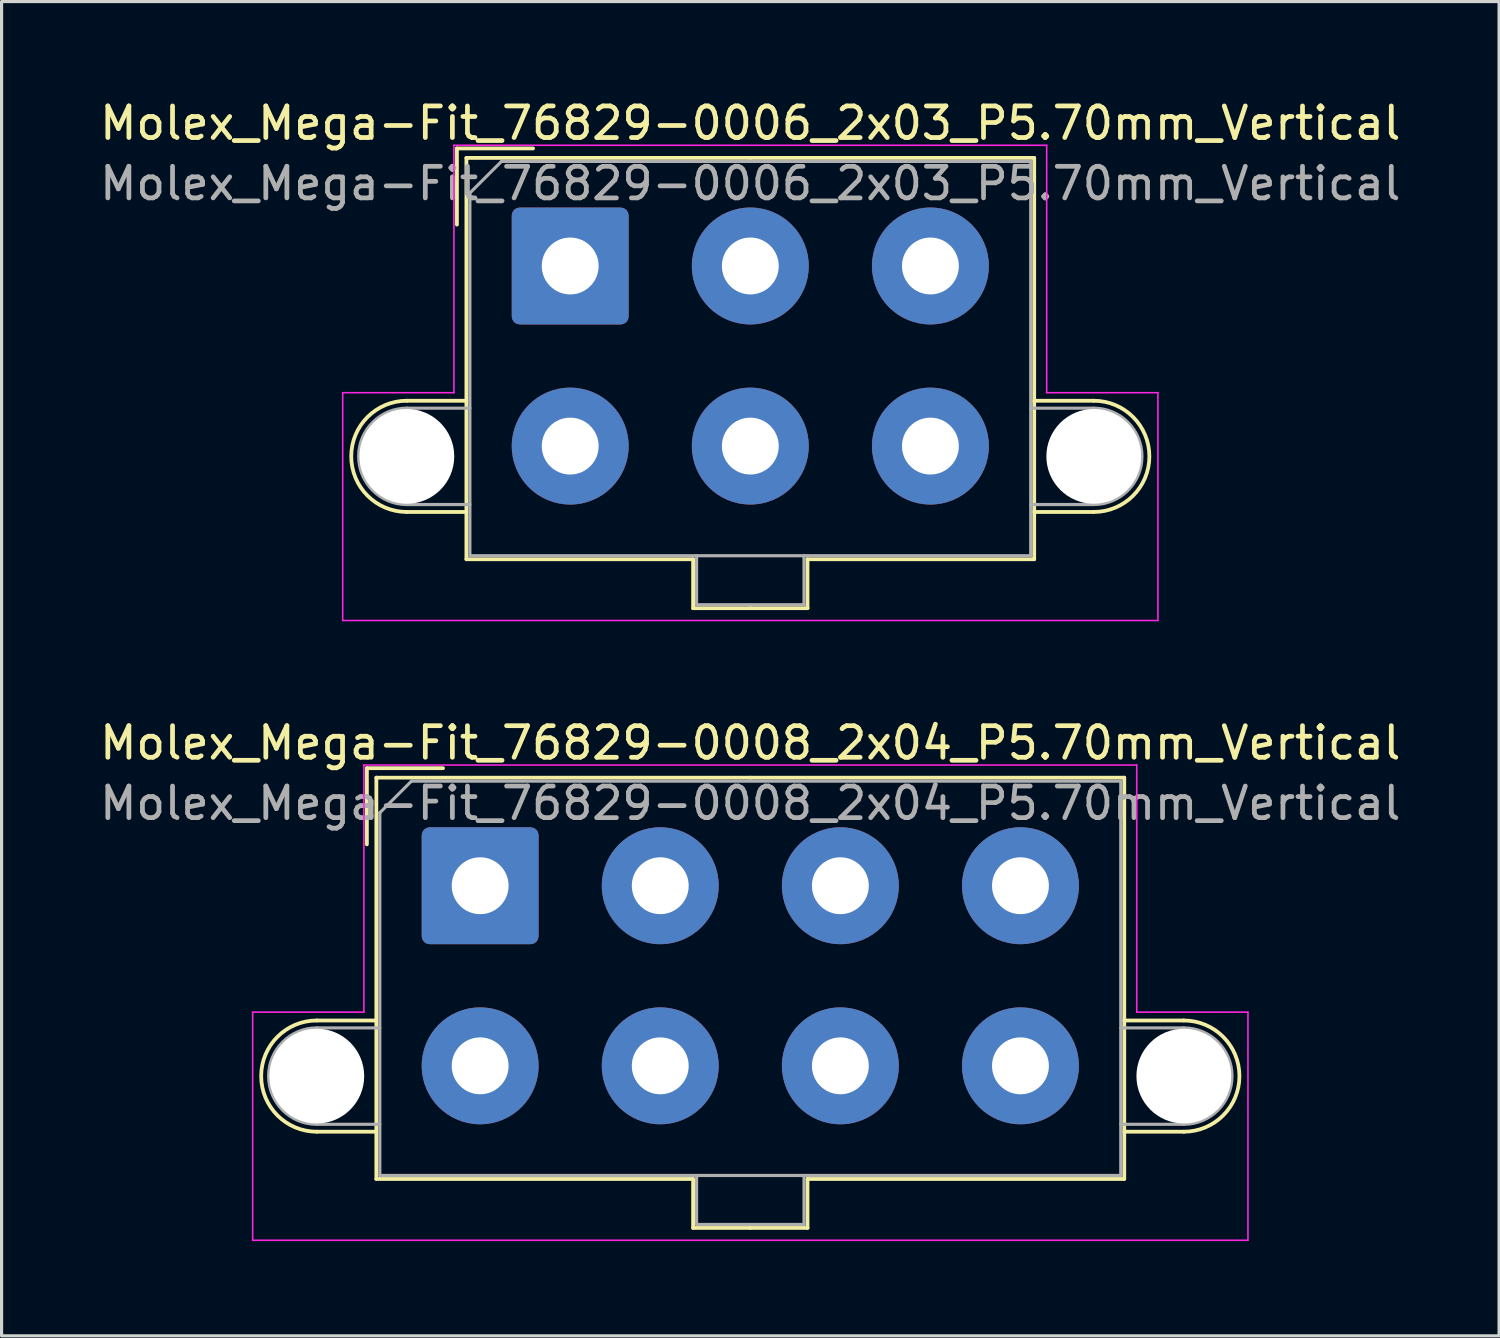
<source format=kicad_pcb>
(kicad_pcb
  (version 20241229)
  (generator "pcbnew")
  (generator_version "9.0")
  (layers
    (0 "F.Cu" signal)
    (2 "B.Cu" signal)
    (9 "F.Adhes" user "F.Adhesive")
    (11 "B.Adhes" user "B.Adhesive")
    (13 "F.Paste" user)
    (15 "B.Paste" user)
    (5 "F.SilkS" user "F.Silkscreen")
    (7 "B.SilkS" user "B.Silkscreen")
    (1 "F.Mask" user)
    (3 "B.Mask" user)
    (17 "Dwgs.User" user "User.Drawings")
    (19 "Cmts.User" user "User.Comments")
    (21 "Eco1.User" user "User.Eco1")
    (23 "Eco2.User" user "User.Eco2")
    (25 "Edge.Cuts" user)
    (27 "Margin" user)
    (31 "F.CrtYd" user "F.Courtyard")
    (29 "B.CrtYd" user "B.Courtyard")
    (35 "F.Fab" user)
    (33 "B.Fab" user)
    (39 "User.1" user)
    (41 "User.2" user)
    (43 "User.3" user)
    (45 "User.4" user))
  (footprint "Molex_Mega-Fit_76829-0006_2x03_P5.70mm_Vertical"
    (layer "F.Cu")
    (at 14.996 5.368)
    (property "Reference" "Molex_Mega-Fit_76829-0006_2x03_P5.70mm_Vertical" (at 5.7 -4.52 0) (layer "F.SilkS") (effects (font (size 1 1) (thickness 0.15))))
    (attr through_hole)
    (fp_line (start -5.17 4.265) (end -3.285 4.265) (stroke (width 0.12) (type solid)) (layer "F.SilkS"))
    (fp_line (start -5.17 7.785) (end -3.285 7.785) (stroke (width 0.12) (type solid)) (layer "F.SilkS"))
    (fp_line (start -3.585 -3.72) (end -1.175 -3.72) (stroke (width 0.12) (type solid)) (layer "F.SilkS"))
    (fp_line (start -3.585 -1.31) (end -3.585 -3.72) (stroke (width 0.12) (type solid)) (layer "F.SilkS"))
    (fp_line (start -3.285 -3.42) (end -3.285 9.28) (stroke (width 0.12) (type solid)) (layer "F.SilkS"))
    (fp_line (start -3.285 9.28) (end 3.89 9.28) (stroke (width 0.12) (type solid)) (layer "F.SilkS"))
    (fp_line (start 3.89 9.28) (end 3.89 10.83) (stroke (width 0.12) (type solid)) (layer "F.SilkS"))
    (fp_line (start 3.89 10.83) (end 5.7 10.83) (stroke (width 0.12) (type solid)) (layer "F.SilkS"))
    (fp_line (start 5.7 -3.42) (end -3.285 -3.42) (stroke (width 0.12) (type solid)) (layer "F.SilkS"))
    (fp_line (start 5.7 -3.42) (end 14.685 -3.42) (stroke (width 0.12) (type solid)) (layer "F.SilkS"))
    (fp_line (start 7.51 9.28) (end 7.51 10.83) (stroke (width 0.12) (type solid)) (layer "F.SilkS"))
    (fp_line (start 7.51 10.83) (end 5.7 10.83) (stroke (width 0.12) (type solid)) (layer "F.SilkS"))
    (fp_line (start 14.685 -3.42) (end 14.685 9.28) (stroke (width 0.12) (type solid)) (layer "F.SilkS"))
    (fp_line (start 14.685 9.28) (end 7.51 9.28) (stroke (width 0.12) (type solid)) (layer "F.SilkS"))
    (fp_line (start 16.57 4.265) (end 14.685 4.265) (stroke (width 0.12) (type solid)) (layer "F.SilkS"))
    (fp_line (start 16.57 7.785) (end 14.685 7.785) (stroke (width 0.12) (type solid)) (layer "F.SilkS"))
    (fp_arc (start -5.17 7.785) (mid -6.93 6.025) (end -5.17 4.265) (stroke (width 0.12) (type solid)) (layer "F.SilkS"))
    (fp_arc (start 16.57 4.265) (mid 18.33 6.025) (end 16.57 7.785) (stroke (width 0.12) (type solid)) (layer "F.SilkS"))
    (fp_line (start -7.2 4.01) (end -7.2 11.22) (stroke (width 0.05) (type solid)) (layer "F.CrtYd"))
    (fp_line (start -7.2 11.22) (end 18.6 11.22) (stroke (width 0.05) (type solid)) (layer "F.CrtYd"))
    (fp_line (start -3.68 -3.82) (end -3.68 4.01) (stroke (width 0.05) (type solid)) (layer "F.CrtYd"))
    (fp_line (start -3.68 4.01) (end -7.2 4.01) (stroke (width 0.05) (type solid)) (layer "F.CrtYd"))
    (fp_line (start 15.08 -3.82) (end -3.68 -3.82) (stroke (width 0.05) (type solid)) (layer "F.CrtYd"))
    (fp_line (start 15.08 4.01) (end 15.08 -3.82) (stroke (width 0.05) (type solid)) (layer "F.CrtYd"))
    (fp_line (start 18.6 4.01) (end 15.08 4.01) (stroke (width 0.05) (type solid)) (layer "F.CrtYd"))
    (fp_line (start 18.6 11.22) (end 18.6 4.01) (stroke (width 0.05) (type solid)) (layer "F.CrtYd"))
    (fp_line (start -5.17 4.5) (end -3.175 4.5) (stroke (width 0.1) (type solid)) (layer "F.Fab"))
    (fp_line (start -5.17 7.55) (end -3.175 7.55) (stroke (width 0.1) (type solid)) (layer "F.Fab"))
    (fp_line (start -3.175 -2.31) (end -3.175 9.17) (stroke (width 0.1) (type solid)) (layer "F.Fab"))
    (fp_line (start -3.175 9.17) (end 14.575 9.17) (stroke (width 0.1) (type solid)) (layer "F.Fab"))
    (fp_line (start -2.175 -3.31) (end -3.175 -2.31) (stroke (width 0.1) (type solid)) (layer "F.Fab"))
    (fp_line (start 4 9.17) (end 4 10.72) (stroke (width 0.1) (type solid)) (layer "F.Fab"))
    (fp_line (start 4 10.72) (end 7.4 10.72) (stroke (width 0.1) (type solid)) (layer "F.Fab"))
    (fp_line (start 7.4 10.72) (end 7.4 9.17) (stroke (width 0.1) (type solid)) (layer "F.Fab"))
    (fp_line (start 14.575 -3.31) (end -2.175 -3.31) (stroke (width 0.1) (type solid)) (layer "F.Fab"))
    (fp_line (start 14.575 9.17) (end 14.575 -3.31) (stroke (width 0.1) (type solid)) (layer "F.Fab"))
    (fp_line (start 16.57 4.5) (end 14.575 4.5) (stroke (width 0.1) (type solid)) (layer "F.Fab"))
    (fp_line (start 16.57 7.55) (end 14.575 7.55) (stroke (width 0.1) (type solid)) (layer "F.Fab"))
    (fp_arc (start -5.17 7.55) (mid -6.695 6.025) (end -5.17 4.5) (stroke (width 0.1) (type solid)) (layer "F.Fab"))
    (fp_arc (start 16.57 4.5) (mid 18.095 6.025) (end 16.57 7.55) (stroke (width 0.1) (type solid)) (layer "F.Fab"))
    (fp_text user "${REFERENCE}" (at 5.7 -2.61 0) (layer "F.Fab") (effects (font (size 1 1) (thickness 0.15))))
    (pad "" np_thru_hole circle (at -5.17 6.025) (size 3 3) (drill 3) (layers "*.Cu" "*.Mask"))
    (pad "" np_thru_hole circle (at 16.57 6.025) (size 3 3) (drill 3) (layers "*.Cu" "*.Mask"))
    (pad "1" thru_hole roundrect (at 0 0) (size 3.7 3.7) (drill 1.8) (layers "*.Cu" "*.Mask") (roundrect_rratio 0.068))
    (pad "2" thru_hole circle (at 5.7 0) (size 3.7 3.7) (drill 1.8) (layers "*.Cu" "*.Mask"))
    (pad "3" thru_hole circle (at 11.4 0) (size 3.7 3.7) (drill 1.8) (layers "*.Cu" "*.Mask"))
    (pad "4" thru_hole circle (at 0 5.7) (size 3.7 3.7) (drill 1.8) (layers "*.Cu" "*.Mask"))
    (pad "5" thru_hole circle (at 5.7 5.7) (size 3.7 3.7) (drill 1.8) (layers "*.Cu" "*.Mask"))
    (pad "6" thru_hole circle (at 11.4 5.7) (size 3.7 3.7) (drill 1.8) (layers "*.Cu" "*.Mask")))
  (footprint "Molex_Mega-Fit_76829-0008_2x04_P5.70mm_Vertical"
    (layer "F.Cu")
    (at 12.146 24.982)
    (property "Reference" "Molex_Mega-Fit_76829-0008_2x04_P5.70mm_Vertical" (at 8.55 -4.52 0) (layer "F.SilkS") (effects (font (size 1 1) (thickness 0.15))))
    (attr through_hole)
    (fp_line (start -5.17 4.265) (end -3.285 4.265) (stroke (width 0.12) (type solid)) (layer "F.SilkS"))
    (fp_line (start -5.17 7.785) (end -3.285 7.785) (stroke (width 0.12) (type solid)) (layer "F.SilkS"))
    (fp_line (start -3.585 -3.72) (end -1.175 -3.72) (stroke (width 0.12) (type solid)) (layer "F.SilkS"))
    (fp_line (start -3.585 -1.31) (end -3.585 -3.72) (stroke (width 0.12) (type solid)) (layer "F.SilkS"))
    (fp_line (start -3.285 -3.42) (end -3.285 9.28) (stroke (width 0.12) (type solid)) (layer "F.SilkS"))
    (fp_line (start -3.285 9.28) (end 6.74 9.28) (stroke (width 0.12) (type solid)) (layer "F.SilkS"))
    (fp_line (start 6.74 9.28) (end 6.74 10.83) (stroke (width 0.12) (type solid)) (layer "F.SilkS"))
    (fp_line (start 6.74 10.83) (end 8.55 10.83) (stroke (width 0.12) (type solid)) (layer "F.SilkS"))
    (fp_line (start 8.55 -3.42) (end -3.285 -3.42) (stroke (width 0.12) (type solid)) (layer "F.SilkS"))
    (fp_line (start 8.55 -3.42) (end 20.385 -3.42) (stroke (width 0.12) (type solid)) (layer "F.SilkS"))
    (fp_line (start 10.36 9.28) (end 10.36 10.83) (stroke (width 0.12) (type solid)) (layer "F.SilkS"))
    (fp_line (start 10.36 10.83) (end 8.55 10.83) (stroke (width 0.12) (type solid)) (layer "F.SilkS"))
    (fp_line (start 20.385 -3.42) (end 20.385 9.28) (stroke (width 0.12) (type solid)) (layer "F.SilkS"))
    (fp_line (start 20.385 9.28) (end 10.36 9.28) (stroke (width 0.12) (type solid)) (layer "F.SilkS"))
    (fp_line (start 22.27 4.265) (end 20.385 4.265) (stroke (width 0.12) (type solid)) (layer "F.SilkS"))
    (fp_line (start 22.27 7.785) (end 20.385 7.785) (stroke (width 0.12) (type solid)) (layer "F.SilkS"))
    (fp_arc (start -5.17 7.785) (mid -6.93 6.025) (end -5.17 4.265) (stroke (width 0.12) (type solid)) (layer "F.SilkS"))
    (fp_arc (start 22.27 4.265) (mid 24.03 6.025) (end 22.27 7.785) (stroke (width 0.12) (type solid)) (layer "F.SilkS"))
    (fp_line (start -7.2 4) (end -7.2 11.22) (stroke (width 0.05) (type solid)) (layer "F.CrtYd"))
    (fp_line (start -7.2 11.22) (end 24.3 11.22) (stroke (width 0.05) (type solid)) (layer "F.CrtYd"))
    (fp_line (start -3.68 -3.82) (end -3.68 4) (stroke (width 0.05) (type solid)) (layer "F.CrtYd"))
    (fp_line (start -3.68 4) (end -7.2 4) (stroke (width 0.05) (type solid)) (layer "F.CrtYd"))
    (fp_line (start 20.78 -3.82) (end -3.68 -3.82) (stroke (width 0.05) (type solid)) (layer "F.CrtYd"))
    (fp_line (start 20.78 4) (end 20.78 -3.82) (stroke (width 0.05) (type solid)) (layer "F.CrtYd"))
    (fp_line (start 24.3 4) (end 20.78 4) (stroke (width 0.05) (type solid)) (layer "F.CrtYd"))
    (fp_line (start 24.3 11.22) (end 24.3 4) (stroke (width 0.05) (type solid)) (layer "F.CrtYd"))
    (fp_line (start -5.17 4.5) (end -3.175 4.5) (stroke (width 0.1) (type solid)) (layer "F.Fab"))
    (fp_line (start -5.17 7.55) (end -3.175 7.55) (stroke (width 0.1) (type solid)) (layer "F.Fab"))
    (fp_line (start -3.175 -2.31) (end -3.175 9.17) (stroke (width 0.1) (type solid)) (layer "F.Fab"))
    (fp_line (start -3.175 9.17) (end 20.275 9.17) (stroke (width 0.1) (type solid)) (layer "F.Fab"))
    (fp_line (start -2.175 -3.31) (end -3.175 -2.31) (stroke (width 0.1) (type solid)) (layer "F.Fab"))
    (fp_line (start 6.85 9.17) (end 6.85 10.72) (stroke (width 0.1) (type solid)) (layer "F.Fab"))
    (fp_line (start 6.85 10.72) (end 10.25 10.72) (stroke (width 0.1) (type solid)) (layer "F.Fab"))
    (fp_line (start 10.25 10.72) (end 10.25 9.17) (stroke (width 0.1) (type solid)) (layer "F.Fab"))
    (fp_line (start 20.275 -3.31) (end -2.175 -3.31) (stroke (width 0.1) (type solid)) (layer "F.Fab"))
    (fp_line (start 20.275 9.17) (end 20.275 -3.31) (stroke (width 0.1) (type solid)) (layer "F.Fab"))
    (fp_line (start 22.27 4.5) (end 20.275 4.5) (stroke (width 0.1) (type solid)) (layer "F.Fab"))
    (fp_line (start 22.27 7.55) (end 20.275 7.55) (stroke (width 0.1) (type solid)) (layer "F.Fab"))
    (fp_arc (start -5.17 7.55) (mid -6.695 6.025) (end -5.17 4.5) (stroke (width 0.1) (type solid)) (layer "F.Fab"))
    (fp_arc (start 22.27 4.5) (mid 23.795 6.025) (end 22.27 7.55) (stroke (width 0.1) (type solid)) (layer "F.Fab"))
    (fp_text user "${REFERENCE}" (at 8.55 -2.61 0) (layer "F.Fab") (effects (font (size 1 1) (thickness 0.15))))
    (pad "" np_thru_hole circle (at -5.17 6.025) (size 3 3) (drill 3) (layers "*.Cu" "*.Mask"))
    (pad "" np_thru_hole circle (at 22.27 6.025) (size 3 3) (drill 3) (layers "*.Cu" "*.Mask"))
    (pad "1" thru_hole roundrect (at 0 0) (size 3.7 3.7) (drill 1.8) (layers "*.Cu" "*.Mask") (roundrect_rratio 0.068))
    (pad "2" thru_hole circle (at 5.7 0) (size 3.7 3.7) (drill 1.8) (layers "*.Cu" "*.Mask"))
    (pad "3" thru_hole circle (at 11.4 0) (size 3.7 3.7) (drill 1.8) (layers "*.Cu" "*.Mask"))
    (pad "4" thru_hole circle (at 17.1 0) (size 3.7 3.7) (drill 1.8) (layers "*.Cu" "*.Mask"))
    (pad "5" thru_hole circle (at 0 5.7) (size 3.7 3.7) (drill 1.8) (layers "*.Cu" "*.Mask"))
    (pad "6" thru_hole circle (at 5.7 5.7) (size 3.7 3.7) (drill 1.8) (layers "*.Cu" "*.Mask"))
    (pad "7" thru_hole circle (at 11.4 5.7) (size 3.7 3.7) (drill 1.8) (layers "*.Cu" "*.Mask"))
    (pad "8" thru_hole circle (at 17.1 5.7) (size 3.7 3.7) (drill 1.8) (layers "*.Cu" "*.Mask")))
  (gr_rect
    (start -3 -3)
    (end 44.393 39.227)
    (stroke (width 0.1) (type default))
    (fill no)
    (layer "Edge.Cuts")))
</source>
